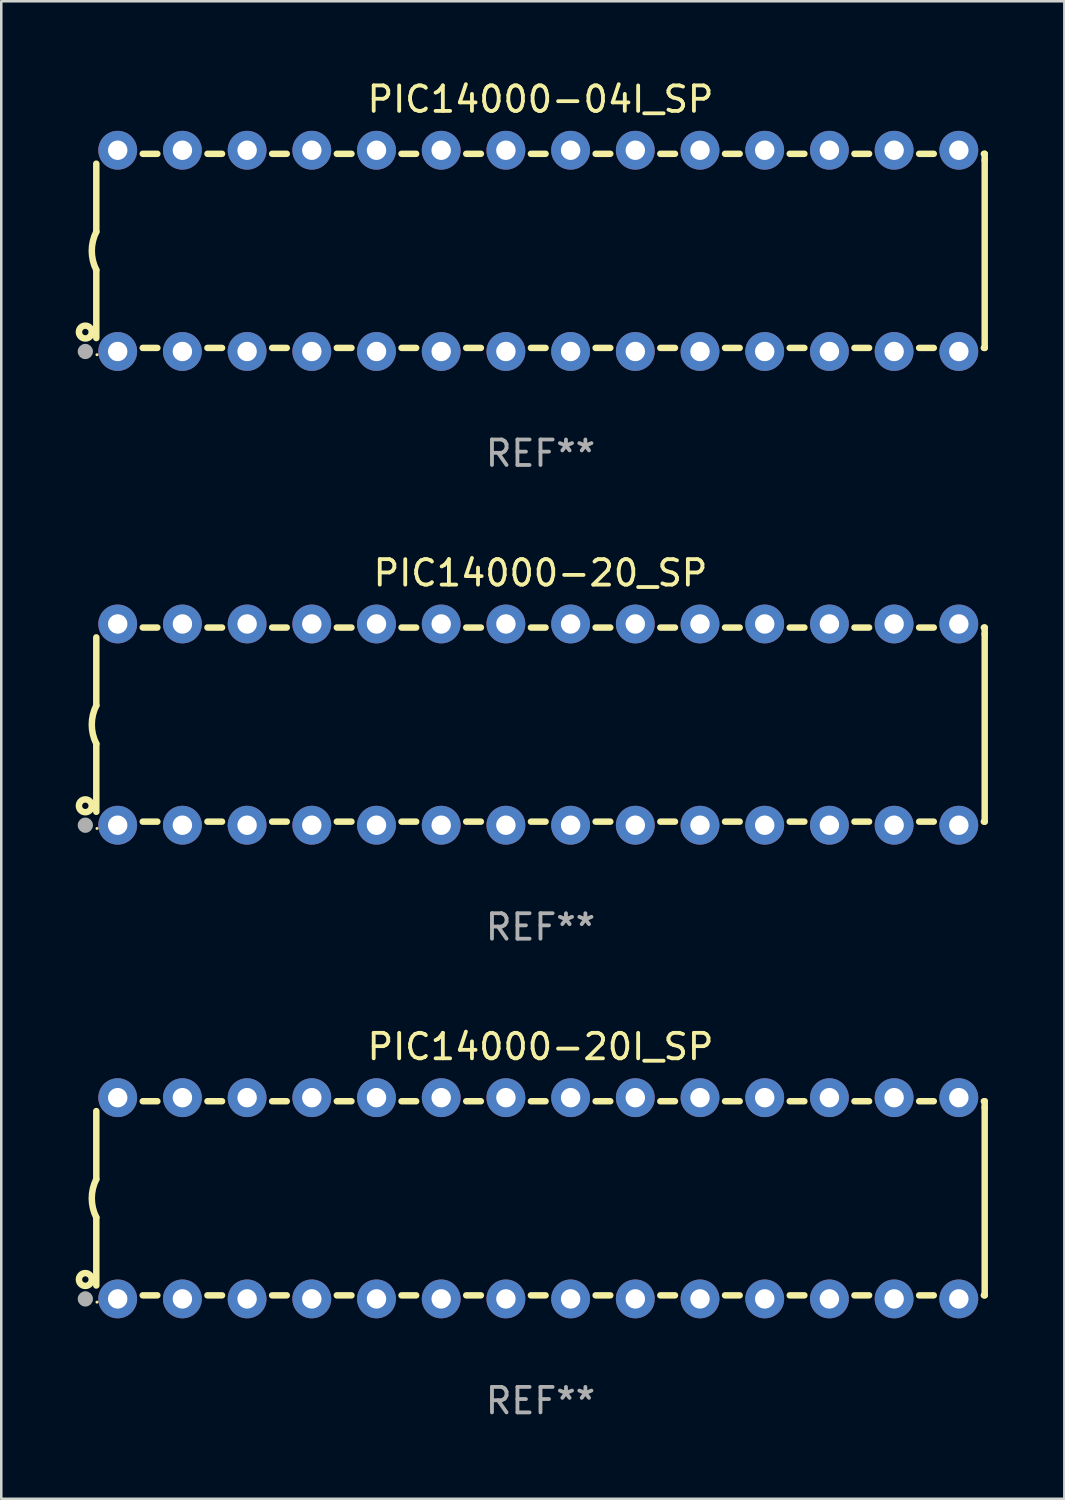
<source format=kicad_pcb>
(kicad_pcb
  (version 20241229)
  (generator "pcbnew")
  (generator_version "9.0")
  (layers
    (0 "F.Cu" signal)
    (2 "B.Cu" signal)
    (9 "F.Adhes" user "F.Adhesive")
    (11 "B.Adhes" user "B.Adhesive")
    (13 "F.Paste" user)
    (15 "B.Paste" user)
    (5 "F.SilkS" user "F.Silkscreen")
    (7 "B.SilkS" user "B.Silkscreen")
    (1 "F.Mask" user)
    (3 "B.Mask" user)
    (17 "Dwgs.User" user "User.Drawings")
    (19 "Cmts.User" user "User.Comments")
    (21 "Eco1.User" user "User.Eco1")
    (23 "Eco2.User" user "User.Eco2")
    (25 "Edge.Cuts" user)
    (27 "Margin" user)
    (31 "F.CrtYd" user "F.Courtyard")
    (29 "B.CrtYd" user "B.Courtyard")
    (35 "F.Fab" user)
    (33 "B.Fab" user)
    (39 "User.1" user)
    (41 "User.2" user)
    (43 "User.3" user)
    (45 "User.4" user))
  (footprint "PIC14000-04I_SP"
    (layer "F.Cu")
    (at 18.168 6.798)
    (property "Reference" "PIC14000-04I_SP" (at 0 -5.95 0) (layer "F.SilkS") (effects (font (size 1 1) (thickness 0.15))))
    (attr through_hole)
    (fp_line (start -17.438 0.75) (end -17.438 3.423) (stroke (width 0.254) (type solid)) (layer "F.SilkS"))
    (fp_line (start -17.438 -3.423) (end -17.438 -0.75) (stroke (width 0.254) (type solid)) (layer "F.SilkS"))
    (fp_line (start -15.615 3.81) (end -15.041 3.81) (stroke (width 0.254) (type solid)) (layer "F.SilkS"))
    (fp_line (start -15.041 -3.81) (end -15.614 -3.81) (stroke (width 0.254) (type solid)) (layer "F.SilkS"))
    (fp_line (start -13.075 3.81) (end -12.501 3.81) (stroke (width 0.254) (type solid)) (layer "F.SilkS"))
    (fp_line (start -12.501 -3.81) (end -13.074 -3.81) (stroke (width 0.254) (type solid)) (layer "F.SilkS"))
    (fp_line (start -10.535 3.81) (end -9.961 3.81) (stroke (width 0.254) (type solid)) (layer "F.SilkS"))
    (fp_line (start -9.961 -3.81) (end -10.534 -3.81) (stroke (width 0.254) (type solid)) (layer "F.SilkS"))
    (fp_line (start -7.995 3.81) (end -7.421 3.81) (stroke (width 0.254) (type solid)) (layer "F.SilkS"))
    (fp_line (start -7.421 -3.81) (end -7.995 -3.81) (stroke (width 0.254) (type solid)) (layer "F.SilkS"))
    (fp_line (start -5.455 3.81) (end -4.881 3.81) (stroke (width 0.254) (type solid)) (layer "F.SilkS"))
    (fp_line (start -4.881 -3.81) (end -5.455 -3.81) (stroke (width 0.254) (type solid)) (layer "F.SilkS"))
    (fp_line (start -2.915 3.81) (end -2.341 3.81) (stroke (width 0.254) (type solid)) (layer "F.SilkS"))
    (fp_line (start -2.341 -3.81) (end -2.915 -3.81) (stroke (width 0.254) (type solid)) (layer "F.SilkS"))
    (fp_line (start -0.375 3.81) (end 0.199 3.81) (stroke (width 0.254) (type solid)) (layer "F.SilkS"))
    (fp_line (start 0.199 -3.81) (end -0.375 -3.81) (stroke (width 0.254) (type solid)) (layer "F.SilkS"))
    (fp_line (start 2.165 3.81) (end 2.739 3.81) (stroke (width 0.254) (type solid)) (layer "F.SilkS"))
    (fp_line (start 2.739 -3.81) (end 2.165 -3.81) (stroke (width 0.254) (type solid)) (layer "F.SilkS"))
    (fp_line (start 4.705 3.81) (end 5.279 3.81) (stroke (width 0.254) (type solid)) (layer "F.SilkS"))
    (fp_line (start 5.279 -3.81) (end 4.705 -3.81) (stroke (width 0.254) (type solid)) (layer "F.SilkS"))
    (fp_line (start 7.245 3.81) (end 7.819 3.81) (stroke (width 0.254) (type solid)) (layer "F.SilkS"))
    (fp_line (start 7.819 -3.81) (end 7.245 -3.81) (stroke (width 0.254) (type solid)) (layer "F.SilkS"))
    (fp_line (start 9.785 3.81) (end 10.359 3.81) (stroke (width 0.254) (type solid)) (layer "F.SilkS"))
    (fp_line (start 10.359 -3.81) (end 9.785 -3.81) (stroke (width 0.254) (type solid)) (layer "F.SilkS"))
    (fp_line (start 12.325 3.81) (end 12.899 3.81) (stroke (width 0.254) (type solid)) (layer "F.SilkS"))
    (fp_line (start 12.899 -3.81) (end 12.325 -3.81) (stroke (width 0.254) (type solid)) (layer "F.SilkS"))
    (fp_line (start 14.865 3.81) (end 15.439 3.81) (stroke (width 0.254) (type solid)) (layer "F.SilkS"))
    (fp_line (start 15.439 -3.81) (end 14.865 -3.81) (stroke (width 0.254) (type solid)) (layer "F.SilkS"))
    (fp_line (start 17.405 3.81) (end 17.438 3.81) (stroke (width 0.254) (type solid)) (layer "F.SilkS"))
    (fp_line (start 17.438 -3.81) (end 17.405 -3.81) (stroke (width 0.254) (type solid)) (layer "F.SilkS"))
    (fp_line (start 17.438 -3.556) (end 17.438 -3.81) (stroke (width 0.254) (type solid)) (layer "F.SilkS"))
    (fp_line (start 17.438 3.81) (end 17.438 -3.556) (stroke (width 0.254) (type solid)) (layer "F.SilkS"))
    (fp_arc (start -17.437986 0.749657) (mid -17.614887 -0.000024) (end -17.437783 -0.749657) (stroke (width 0.254001) (type solid)) (layer "F.SilkS"))
    (fp_circle (center -17.868 3.188) (end -17.743 3.188) (stroke (width 0.254) (type solid)) (fill no) (layer "F.SilkS"))
    (fp_circle (center -17.411 4.077) (end -17.381 4.077) (stroke (width 0.06) (type solid)) (fill no) (layer "F.SilkS"))
    (fp_circle (center -17.868 3.95) (end -17.718 3.95) (stroke (width 0.3) (type solid)) (fill no) (layer "F.Fab"))
    (fp_text user "REF**" (at 0 7.95 0) (layer "F.Fab") (effects (font (size 1 1) (thickness 0.15))))
    (pad "1" thru_hole circle (at -16.598 3.95) (size 1.524 1.524) (drill 0.762) (layers "*.Cu" "*.Mask"))
    (pad "2" thru_hole circle (at -14.058 3.95) (size 1.524 1.524) (drill 0.762) (layers "*.Cu" "*.Mask"))
    (pad "3" thru_hole circle (at -11.518 3.95) (size 1.524 1.524) (drill 0.762) (layers "*.Cu" "*.Mask"))
    (pad "4" thru_hole circle (at -8.978 3.95) (size 1.524 1.524) (drill 0.762) (layers "*.Cu" "*.Mask"))
    (pad "5" thru_hole circle (at -6.438 3.95) (size 1.524 1.524) (drill 0.762) (layers "*.Cu" "*.Mask"))
    (pad "6" thru_hole circle (at -3.898 3.95) (size 1.524 1.524) (drill 0.762) (layers "*.Cu" "*.Mask"))
    (pad "7" thru_hole circle (at -1.358 3.95) (size 1.524 1.524) (drill 0.762) (layers "*.Cu" "*.Mask"))
    (pad "8" thru_hole circle (at 1.182 3.95) (size 1.524 1.524) (drill 0.762) (layers "*.Cu" "*.Mask"))
    (pad "9" thru_hole circle (at 3.722 3.95) (size 1.524 1.524) (drill 0.762) (layers "*.Cu" "*.Mask"))
    (pad "10" thru_hole circle (at 6.262 3.95) (size 1.524 1.524) (drill 0.762) (layers "*.Cu" "*.Mask"))
    (pad "11" thru_hole circle (at 8.802 3.95) (size 1.524 1.524) (drill 0.762) (layers "*.Cu" "*.Mask"))
    (pad "12" thru_hole circle (at 11.342 3.95) (size 1.524 1.524) (drill 0.762) (layers "*.Cu" "*.Mask"))
    (pad "13" thru_hole circle (at 13.882 3.95) (size 1.524 1.524) (drill 0.762) (layers "*.Cu" "*.Mask"))
    (pad "14" thru_hole circle (at 16.422 3.95) (size 1.524 1.524) (drill 0.762) (layers "*.Cu" "*.Mask"))
    (pad "15" thru_hole circle (at 16.422 -3.95) (size 1.524 1.524) (drill 0.762) (layers "*.Cu" "*.Mask"))
    (pad "16" thru_hole circle (at 13.882 -3.95) (size 1.524 1.524) (drill 0.762) (layers "*.Cu" "*.Mask"))
    (pad "17" thru_hole circle (at 11.342 -3.95) (size 1.524 1.524) (drill 0.762) (layers "*.Cu" "*.Mask"))
    (pad "18" thru_hole circle (at 8.802 -3.95) (size 1.524 1.524) (drill 0.762) (layers "*.Cu" "*.Mask"))
    (pad "19" thru_hole circle (at 6.262 -3.95) (size 1.524 1.524) (drill 0.762) (layers "*.Cu" "*.Mask"))
    (pad "20" thru_hole circle (at 3.722 -3.95) (size 1.524 1.524) (drill 0.762) (layers "*.Cu" "*.Mask"))
    (pad "21" thru_hole circle (at 1.182 -3.95) (size 1.524 1.524) (drill 0.762) (layers "*.Cu" "*.Mask"))
    (pad "22" thru_hole circle (at -1.358 -3.95) (size 1.524 1.524) (drill 0.762) (layers "*.Cu" "*.Mask"))
    (pad "23" thru_hole circle (at -3.898 -3.95) (size 1.524 1.524) (drill 0.762) (layers "*.Cu" "*.Mask"))
    (pad "24" thru_hole circle (at -6.438 -3.95) (size 1.524 1.524) (drill 0.762) (layers "*.Cu" "*.Mask"))
    (pad "25" thru_hole circle (at -8.978 -3.95) (size 1.524 1.524) (drill 0.762) (layers "*.Cu" "*.Mask"))
    (pad "26" thru_hole circle (at -11.517 -3.95) (size 1.524 1.524) (drill 0.762) (layers "*.Cu" "*.Mask"))
    (pad "27" thru_hole circle (at -14.057 -3.95) (size 1.524 1.524) (drill 0.762) (layers "*.Cu" "*.Mask"))
    (pad "28" thru_hole circle (at -16.597 -3.95) (size 1.524 1.524) (drill 0.762) (layers "*.Cu" "*.Mask")))
  (footprint "PIC14000-20I_SP"
    (layer "F.Cu")
    (at 18.168 43.991)
    (property "Reference" "PIC14000-20I_SP" (at 0 -5.95 0) (layer "F.SilkS") (effects (font (size 1 1) (thickness 0.15))))
    (attr through_hole)
    (fp_line (start -17.438 0.75) (end -17.438 3.423) (stroke (width 0.254) (type solid)) (layer "F.SilkS"))
    (fp_line (start -17.438 -3.423) (end -17.438 -0.75) (stroke (width 0.254) (type solid)) (layer "F.SilkS"))
    (fp_line (start -15.615 3.81) (end -15.041 3.81) (stroke (width 0.254) (type solid)) (layer "F.SilkS"))
    (fp_line (start -15.041 -3.81) (end -15.614 -3.81) (stroke (width 0.254) (type solid)) (layer "F.SilkS"))
    (fp_line (start -13.075 3.81) (end -12.501 3.81) (stroke (width 0.254) (type solid)) (layer "F.SilkS"))
    (fp_line (start -12.501 -3.81) (end -13.074 -3.81) (stroke (width 0.254) (type solid)) (layer "F.SilkS"))
    (fp_line (start -10.535 3.81) (end -9.961 3.81) (stroke (width 0.254) (type solid)) (layer "F.SilkS"))
    (fp_line (start -9.961 -3.81) (end -10.534 -3.81) (stroke (width 0.254) (type solid)) (layer "F.SilkS"))
    (fp_line (start -7.995 3.81) (end -7.421 3.81) (stroke (width 0.254) (type solid)) (layer "F.SilkS"))
    (fp_line (start -7.421 -3.81) (end -7.995 -3.81) (stroke (width 0.254) (type solid)) (layer "F.SilkS"))
    (fp_line (start -5.455 3.81) (end -4.881 3.81) (stroke (width 0.254) (type solid)) (layer "F.SilkS"))
    (fp_line (start -4.881 -3.81) (end -5.455 -3.81) (stroke (width 0.254) (type solid)) (layer "F.SilkS"))
    (fp_line (start -2.915 3.81) (end -2.341 3.81) (stroke (width 0.254) (type solid)) (layer "F.SilkS"))
    (fp_line (start -2.341 -3.81) (end -2.915 -3.81) (stroke (width 0.254) (type solid)) (layer "F.SilkS"))
    (fp_line (start -0.375 3.81) (end 0.199 3.81) (stroke (width 0.254) (type solid)) (layer "F.SilkS"))
    (fp_line (start 0.199 -3.81) (end -0.375 -3.81) (stroke (width 0.254) (type solid)) (layer "F.SilkS"))
    (fp_line (start 2.165 3.81) (end 2.739 3.81) (stroke (width 0.254) (type solid)) (layer "F.SilkS"))
    (fp_line (start 2.739 -3.81) (end 2.165 -3.81) (stroke (width 0.254) (type solid)) (layer "F.SilkS"))
    (fp_line (start 4.705 3.81) (end 5.279 3.81) (stroke (width 0.254) (type solid)) (layer "F.SilkS"))
    (fp_line (start 5.279 -3.81) (end 4.705 -3.81) (stroke (width 0.254) (type solid)) (layer "F.SilkS"))
    (fp_line (start 7.245 3.81) (end 7.819 3.81) (stroke (width 0.254) (type solid)) (layer "F.SilkS"))
    (fp_line (start 7.819 -3.81) (end 7.245 -3.81) (stroke (width 0.254) (type solid)) (layer "F.SilkS"))
    (fp_line (start 9.785 3.81) (end 10.359 3.81) (stroke (width 0.254) (type solid)) (layer "F.SilkS"))
    (fp_line (start 10.359 -3.81) (end 9.785 -3.81) (stroke (width 0.254) (type solid)) (layer "F.SilkS"))
    (fp_line (start 12.325 3.81) (end 12.899 3.81) (stroke (width 0.254) (type solid)) (layer "F.SilkS"))
    (fp_line (start 12.899 -3.81) (end 12.325 -3.81) (stroke (width 0.254) (type solid)) (layer "F.SilkS"))
    (fp_line (start 14.865 3.81) (end 15.439 3.81) (stroke (width 0.254) (type solid)) (layer "F.SilkS"))
    (fp_line (start 15.439 -3.81) (end 14.865 -3.81) (stroke (width 0.254) (type solid)) (layer "F.SilkS"))
    (fp_line (start 17.405 3.81) (end 17.438 3.81) (stroke (width 0.254) (type solid)) (layer "F.SilkS"))
    (fp_line (start 17.438 -3.81) (end 17.405 -3.81) (stroke (width 0.254) (type solid)) (layer "F.SilkS"))
    (fp_line (start 17.438 -3.556) (end 17.438 -3.81) (stroke (width 0.254) (type solid)) (layer "F.SilkS"))
    (fp_line (start 17.438 3.81) (end 17.438 -3.556) (stroke (width 0.254) (type solid)) (layer "F.SilkS"))
    (fp_arc (start -17.437986 0.749657) (mid -17.614887 -0.000024) (end -17.437783 -0.749657) (stroke (width 0.254001) (type solid)) (layer "F.SilkS"))
    (fp_circle (center -17.868 3.188) (end -17.743 3.188) (stroke (width 0.254) (type solid)) (fill no) (layer "F.SilkS"))
    (fp_circle (center -17.411 4.077) (end -17.381 4.077) (stroke (width 0.06) (type solid)) (fill no) (layer "F.SilkS"))
    (fp_circle (center -17.868 3.95) (end -17.718 3.95) (stroke (width 0.3) (type solid)) (fill no) (layer "F.Fab"))
    (fp_text user "REF**" (at 0 7.95 0) (layer "F.Fab") (effects (font (size 1 1) (thickness 0.15))))
    (pad "1" thru_hole circle (at -16.598 3.95) (size 1.524 1.524) (drill 0.762) (layers "*.Cu" "*.Mask"))
    (pad "2" thru_hole circle (at -14.058 3.95) (size 1.524 1.524) (drill 0.762) (layers "*.Cu" "*.Mask"))
    (pad "3" thru_hole circle (at -11.518 3.95) (size 1.524 1.524) (drill 0.762) (layers "*.Cu" "*.Mask"))
    (pad "4" thru_hole circle (at -8.978 3.95) (size 1.524 1.524) (drill 0.762) (layers "*.Cu" "*.Mask"))
    (pad "5" thru_hole circle (at -6.438 3.95) (size 1.524 1.524) (drill 0.762) (layers "*.Cu" "*.Mask"))
    (pad "6" thru_hole circle (at -3.898 3.95) (size 1.524 1.524) (drill 0.762) (layers "*.Cu" "*.Mask"))
    (pad "7" thru_hole circle (at -1.358 3.95) (size 1.524 1.524) (drill 0.762) (layers "*.Cu" "*.Mask"))
    (pad "8" thru_hole circle (at 1.182 3.95) (size 1.524 1.524) (drill 0.762) (layers "*.Cu" "*.Mask"))
    (pad "9" thru_hole circle (at 3.722 3.95) (size 1.524 1.524) (drill 0.762) (layers "*.Cu" "*.Mask"))
    (pad "10" thru_hole circle (at 6.262 3.95) (size 1.524 1.524) (drill 0.762) (layers "*.Cu" "*.Mask"))
    (pad "11" thru_hole circle (at 8.802 3.95) (size 1.524 1.524) (drill 0.762) (layers "*.Cu" "*.Mask"))
    (pad "12" thru_hole circle (at 11.342 3.95) (size 1.524 1.524) (drill 0.762) (layers "*.Cu" "*.Mask"))
    (pad "13" thru_hole circle (at 13.882 3.95) (size 1.524 1.524) (drill 0.762) (layers "*.Cu" "*.Mask"))
    (pad "14" thru_hole circle (at 16.422 3.95) (size 1.524 1.524) (drill 0.762) (layers "*.Cu" "*.Mask"))
    (pad "15" thru_hole circle (at 16.422 -3.95) (size 1.524 1.524) (drill 0.762) (layers "*.Cu" "*.Mask"))
    (pad "16" thru_hole circle (at 13.882 -3.95) (size 1.524 1.524) (drill 0.762) (layers "*.Cu" "*.Mask"))
    (pad "17" thru_hole circle (at 11.342 -3.95) (size 1.524 1.524) (drill 0.762) (layers "*.Cu" "*.Mask"))
    (pad "18" thru_hole circle (at 8.802 -3.95) (size 1.524 1.524) (drill 0.762) (layers "*.Cu" "*.Mask"))
    (pad "19" thru_hole circle (at 6.262 -3.95) (size 1.524 1.524) (drill 0.762) (layers "*.Cu" "*.Mask"))
    (pad "20" thru_hole circle (at 3.722 -3.95) (size 1.524 1.524) (drill 0.762) (layers "*.Cu" "*.Mask"))
    (pad "21" thru_hole circle (at 1.182 -3.95) (size 1.524 1.524) (drill 0.762) (layers "*.Cu" "*.Mask"))
    (pad "22" thru_hole circle (at -1.358 -3.95) (size 1.524 1.524) (drill 0.762) (layers "*.Cu" "*.Mask"))
    (pad "23" thru_hole circle (at -3.898 -3.95) (size 1.524 1.524) (drill 0.762) (layers "*.Cu" "*.Mask"))
    (pad "24" thru_hole circle (at -6.438 -3.95) (size 1.524 1.524) (drill 0.762) (layers "*.Cu" "*.Mask"))
    (pad "25" thru_hole circle (at -8.978 -3.95) (size 1.524 1.524) (drill 0.762) (layers "*.Cu" "*.Mask"))
    (pad "26" thru_hole circle (at -11.517 -3.95) (size 1.524 1.524) (drill 0.762) (layers "*.Cu" "*.Mask"))
    (pad "27" thru_hole circle (at -14.057 -3.95) (size 1.524 1.524) (drill 0.762) (layers "*.Cu" "*.Mask"))
    (pad "28" thru_hole circle (at -16.597 -3.95) (size 1.524 1.524) (drill 0.762) (layers "*.Cu" "*.Mask")))
  (footprint "PIC14000-20_SP"
    (layer "F.Cu")
    (at 18.168 25.395)
    (property "Reference" "PIC14000-20_SP" (at 0 -5.95 0) (layer "F.SilkS") (effects (font (size 1 1) (thickness 0.15))))
    (attr through_hole)
    (fp_line (start -17.438 0.75) (end -17.438 3.423) (stroke (width 0.254) (type solid)) (layer "F.SilkS"))
    (fp_line (start -17.438 -3.423) (end -17.438 -0.75) (stroke (width 0.254) (type solid)) (layer "F.SilkS"))
    (fp_line (start -15.615 3.81) (end -15.041 3.81) (stroke (width 0.254) (type solid)) (layer "F.SilkS"))
    (fp_line (start -15.041 -3.81) (end -15.614 -3.81) (stroke (width 0.254) (type solid)) (layer "F.SilkS"))
    (fp_line (start -13.075 3.81) (end -12.501 3.81) (stroke (width 0.254) (type solid)) (layer "F.SilkS"))
    (fp_line (start -12.501 -3.81) (end -13.074 -3.81) (stroke (width 0.254) (type solid)) (layer "F.SilkS"))
    (fp_line (start -10.535 3.81) (end -9.961 3.81) (stroke (width 0.254) (type solid)) (layer "F.SilkS"))
    (fp_line (start -9.961 -3.81) (end -10.534 -3.81) (stroke (width 0.254) (type solid)) (layer "F.SilkS"))
    (fp_line (start -7.995 3.81) (end -7.421 3.81) (stroke (width 0.254) (type solid)) (layer "F.SilkS"))
    (fp_line (start -7.421 -3.81) (end -7.995 -3.81) (stroke (width 0.254) (type solid)) (layer "F.SilkS"))
    (fp_line (start -5.455 3.81) (end -4.881 3.81) (stroke (width 0.254) (type solid)) (layer "F.SilkS"))
    (fp_line (start -4.881 -3.81) (end -5.455 -3.81) (stroke (width 0.254) (type solid)) (layer "F.SilkS"))
    (fp_line (start -2.915 3.81) (end -2.341 3.81) (stroke (width 0.254) (type solid)) (layer "F.SilkS"))
    (fp_line (start -2.341 -3.81) (end -2.915 -3.81) (stroke (width 0.254) (type solid)) (layer "F.SilkS"))
    (fp_line (start -0.375 3.81) (end 0.199 3.81) (stroke (width 0.254) (type solid)) (layer "F.SilkS"))
    (fp_line (start 0.199 -3.81) (end -0.375 -3.81) (stroke (width 0.254) (type solid)) (layer "F.SilkS"))
    (fp_line (start 2.165 3.81) (end 2.739 3.81) (stroke (width 0.254) (type solid)) (layer "F.SilkS"))
    (fp_line (start 2.739 -3.81) (end 2.165 -3.81) (stroke (width 0.254) (type solid)) (layer "F.SilkS"))
    (fp_line (start 4.705 3.81) (end 5.279 3.81) (stroke (width 0.254) (type solid)) (layer "F.SilkS"))
    (fp_line (start 5.279 -3.81) (end 4.705 -3.81) (stroke (width 0.254) (type solid)) (layer "F.SilkS"))
    (fp_line (start 7.245 3.81) (end 7.819 3.81) (stroke (width 0.254) (type solid)) (layer "F.SilkS"))
    (fp_line (start 7.819 -3.81) (end 7.245 -3.81) (stroke (width 0.254) (type solid)) (layer "F.SilkS"))
    (fp_line (start 9.785 3.81) (end 10.359 3.81) (stroke (width 0.254) (type solid)) (layer "F.SilkS"))
    (fp_line (start 10.359 -3.81) (end 9.785 -3.81) (stroke (width 0.254) (type solid)) (layer "F.SilkS"))
    (fp_line (start 12.325 3.81) (end 12.899 3.81) (stroke (width 0.254) (type solid)) (layer "F.SilkS"))
    (fp_line (start 12.899 -3.81) (end 12.325 -3.81) (stroke (width 0.254) (type solid)) (layer "F.SilkS"))
    (fp_line (start 14.865 3.81) (end 15.439 3.81) (stroke (width 0.254) (type solid)) (layer "F.SilkS"))
    (fp_line (start 15.439 -3.81) (end 14.865 -3.81) (stroke (width 0.254) (type solid)) (layer "F.SilkS"))
    (fp_line (start 17.405 3.81) (end 17.438 3.81) (stroke (width 0.254) (type solid)) (layer "F.SilkS"))
    (fp_line (start 17.438 -3.81) (end 17.405 -3.81) (stroke (width 0.254) (type solid)) (layer "F.SilkS"))
    (fp_line (start 17.438 -3.556) (end 17.438 -3.81) (stroke (width 0.254) (type solid)) (layer "F.SilkS"))
    (fp_line (start 17.438 3.81) (end 17.438 -3.556) (stroke (width 0.254) (type solid)) (layer "F.SilkS"))
    (fp_arc (start -17.437986 0.749657) (mid -17.614887 -0.000024) (end -17.437783 -0.749657) (stroke (width 0.254001) (type solid)) (layer "F.SilkS"))
    (fp_circle (center -17.868 3.188) (end -17.743 3.188) (stroke (width 0.254) (type solid)) (fill no) (layer "F.SilkS"))
    (fp_circle (center -17.411 4.077) (end -17.381 4.077) (stroke (width 0.06) (type solid)) (fill no) (layer "F.SilkS"))
    (fp_circle (center -17.868 3.95) (end -17.718 3.95) (stroke (width 0.3) (type solid)) (fill no) (layer "F.Fab"))
    (fp_text user "REF**" (at 0 7.95 0) (layer "F.Fab") (effects (font (size 1 1) (thickness 0.15))))
    (pad "1" thru_hole circle (at -16.598 3.95) (size 1.524 1.524) (drill 0.762) (layers "*.Cu" "*.Mask"))
    (pad "2" thru_hole circle (at -14.058 3.95) (size 1.524 1.524) (drill 0.762) (layers "*.Cu" "*.Mask"))
    (pad "3" thru_hole circle (at -11.518 3.95) (size 1.524 1.524) (drill 0.762) (layers "*.Cu" "*.Mask"))
    (pad "4" thru_hole circle (at -8.978 3.95) (size 1.524 1.524) (drill 0.762) (layers "*.Cu" "*.Mask"))
    (pad "5" thru_hole circle (at -6.438 3.95) (size 1.524 1.524) (drill 0.762) (layers "*.Cu" "*.Mask"))
    (pad "6" thru_hole circle (at -3.898 3.95) (size 1.524 1.524) (drill 0.762) (layers "*.Cu" "*.Mask"))
    (pad "7" thru_hole circle (at -1.358 3.95) (size 1.524 1.524) (drill 0.762) (layers "*.Cu" "*.Mask"))
    (pad "8" thru_hole circle (at 1.182 3.95) (size 1.524 1.524) (drill 0.762) (layers "*.Cu" "*.Mask"))
    (pad "9" thru_hole circle (at 3.722 3.95) (size 1.524 1.524) (drill 0.762) (layers "*.Cu" "*.Mask"))
    (pad "10" thru_hole circle (at 6.262 3.95) (size 1.524 1.524) (drill 0.762) (layers "*.Cu" "*.Mask"))
    (pad "11" thru_hole circle (at 8.802 3.95) (size 1.524 1.524) (drill 0.762) (layers "*.Cu" "*.Mask"))
    (pad "12" thru_hole circle (at 11.342 3.95) (size 1.524 1.524) (drill 0.762) (layers "*.Cu" "*.Mask"))
    (pad "13" thru_hole circle (at 13.882 3.95) (size 1.524 1.524) (drill 0.762) (layers "*.Cu" "*.Mask"))
    (pad "14" thru_hole circle (at 16.422 3.95) (size 1.524 1.524) (drill 0.762) (layers "*.Cu" "*.Mask"))
    (pad "15" thru_hole circle (at 16.422 -3.95) (size 1.524 1.524) (drill 0.762) (layers "*.Cu" "*.Mask"))
    (pad "16" thru_hole circle (at 13.882 -3.95) (size 1.524 1.524) (drill 0.762) (layers "*.Cu" "*.Mask"))
    (pad "17" thru_hole circle (at 11.342 -3.95) (size 1.524 1.524) (drill 0.762) (layers "*.Cu" "*.Mask"))
    (pad "18" thru_hole circle (at 8.802 -3.95) (size 1.524 1.524) (drill 0.762) (layers "*.Cu" "*.Mask"))
    (pad "19" thru_hole circle (at 6.262 -3.95) (size 1.524 1.524) (drill 0.762) (layers "*.Cu" "*.Mask"))
    (pad "20" thru_hole circle (at 3.722 -3.95) (size 1.524 1.524) (drill 0.762) (layers "*.Cu" "*.Mask"))
    (pad "21" thru_hole circle (at 1.182 -3.95) (size 1.524 1.524) (drill 0.762) (layers "*.Cu" "*.Mask"))
    (pad "22" thru_hole circle (at -1.358 -3.95) (size 1.524 1.524) (drill 0.762) (layers "*.Cu" "*.Mask"))
    (pad "23" thru_hole circle (at -3.898 -3.95) (size 1.524 1.524) (drill 0.762) (layers "*.Cu" "*.Mask"))
    (pad "24" thru_hole circle (at -6.438 -3.95) (size 1.524 1.524) (drill 0.762) (layers "*.Cu" "*.Mask"))
    (pad "25" thru_hole circle (at -8.978 -3.95) (size 1.524 1.524) (drill 0.762) (layers "*.Cu" "*.Mask"))
    (pad "26" thru_hole circle (at -11.517 -3.95) (size 1.524 1.524) (drill 0.762) (layers "*.Cu" "*.Mask"))
    (pad "27" thru_hole circle (at -14.057 -3.95) (size 1.524 1.524) (drill 0.762) (layers "*.Cu" "*.Mask"))
    (pad "28" thru_hole circle (at -16.597 -3.95) (size 1.524 1.524) (drill 0.762) (layers "*.Cu" "*.Mask")))
  (gr_rect
    (start -3 -3)
    (end 38.733 55.789)
    (stroke (width 0.1) (type default))
    (fill no)
    (layer "Edge.Cuts")))
</source>
